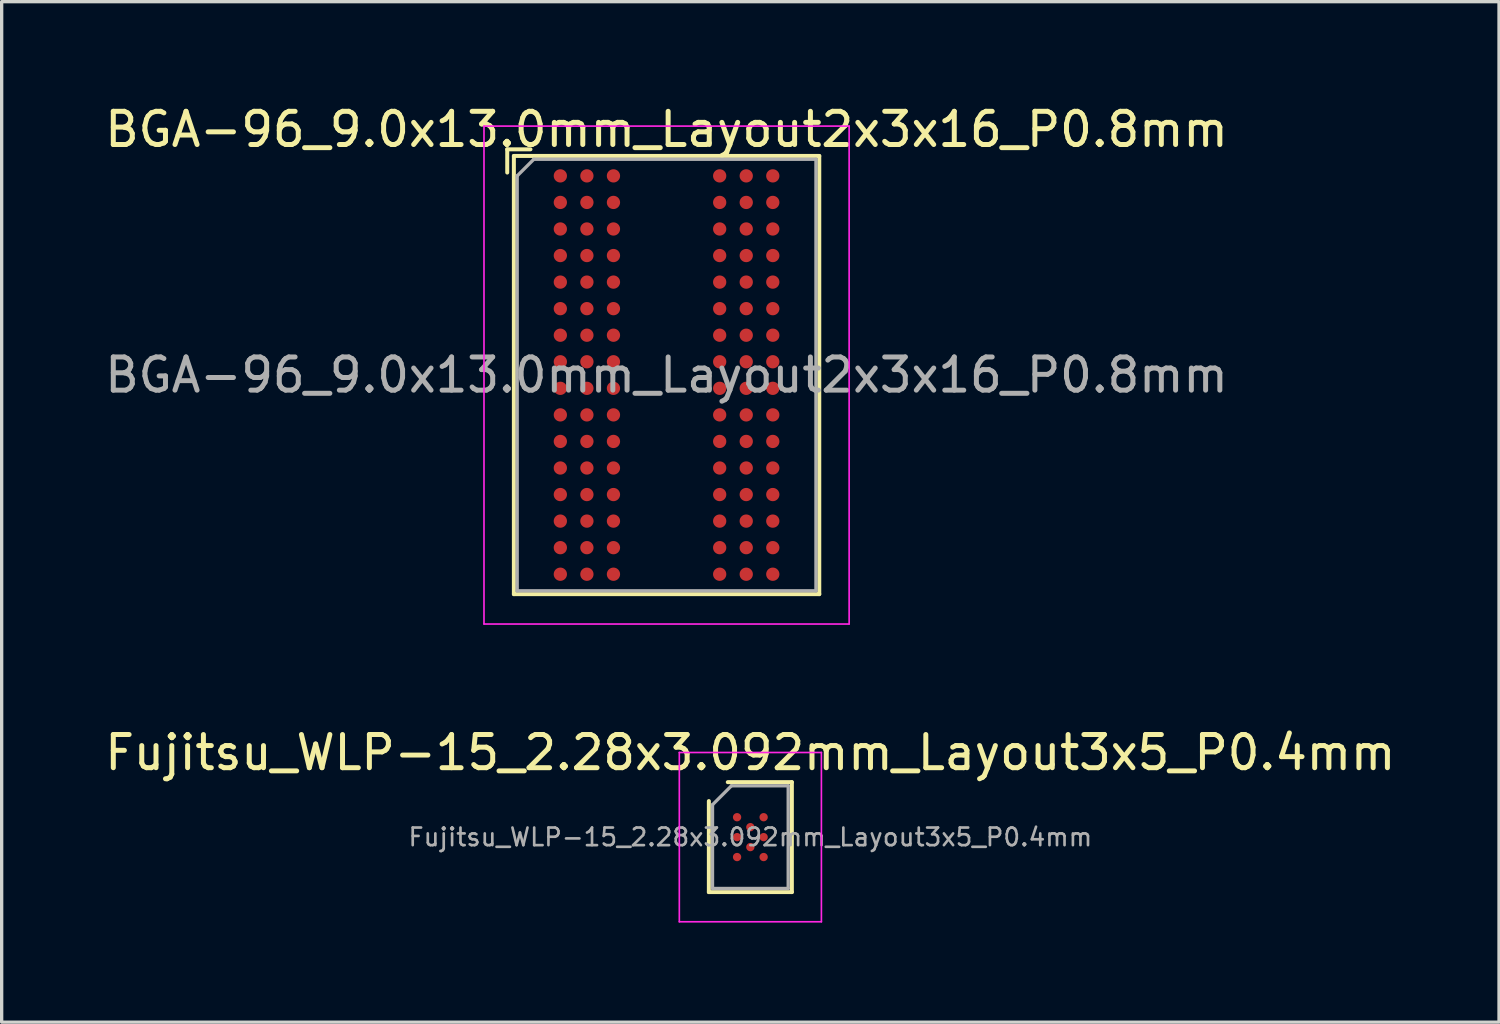
<source format=kicad_pcb>
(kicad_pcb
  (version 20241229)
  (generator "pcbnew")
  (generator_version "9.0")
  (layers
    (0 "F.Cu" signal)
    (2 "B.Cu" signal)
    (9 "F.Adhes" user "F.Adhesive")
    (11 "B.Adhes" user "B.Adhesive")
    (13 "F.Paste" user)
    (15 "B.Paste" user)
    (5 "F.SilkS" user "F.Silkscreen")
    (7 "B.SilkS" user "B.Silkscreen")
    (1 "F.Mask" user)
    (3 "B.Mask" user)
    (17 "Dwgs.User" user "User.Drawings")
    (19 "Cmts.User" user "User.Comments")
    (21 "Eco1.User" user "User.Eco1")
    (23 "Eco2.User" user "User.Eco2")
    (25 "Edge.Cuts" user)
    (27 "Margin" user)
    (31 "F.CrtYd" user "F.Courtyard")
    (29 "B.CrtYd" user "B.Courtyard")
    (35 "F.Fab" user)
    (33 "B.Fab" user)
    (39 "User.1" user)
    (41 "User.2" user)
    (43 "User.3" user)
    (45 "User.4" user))
  (footprint "Fujitsu_WLP-15_2.28x3.092mm_Layout3x5_P0.4mm"
    (layer "F.Cu")
    (at 19.554 22.168)
    (property "Reference" "Fujitsu_WLP-15_2.28x3.092mm_Layout3x5_P0.4mm" (at 0 -2.546 0) (layer "F.SilkS") (effects (font (size 1 1) (thickness 0.15))))
    (attr smd)
    (fp_line (start -1.25 1.656) (end -1.25 -1.086) (stroke (width 0.12) (type solid)) (layer "F.SilkS"))
    (fp_line (start -0.68 -1.656) (end 1.25 -1.656) (stroke (width 0.12) (type solid)) (layer "F.SilkS"))
    (fp_line (start 1.25 -1.656) (end 1.25 1.656) (stroke (width 0.12) (type solid)) (layer "F.SilkS"))
    (fp_line (start 1.25 1.656) (end -1.25 1.656) (stroke (width 0.12) (type solid)) (layer "F.SilkS"))
    (fp_line (start -2.14 -2.55) (end -2.14 2.55) (stroke (width 0.05) (type solid)) (layer "F.CrtYd"))
    (fp_line (start -2.14 2.55) (end 2.14 2.55) (stroke (width 0.05) (type solid)) (layer "F.CrtYd"))
    (fp_line (start 2.14 -2.55) (end -2.14 -2.55) (stroke (width 0.05) (type solid)) (layer "F.CrtYd"))
    (fp_line (start 2.14 2.55) (end 2.14 -2.55) (stroke (width 0.05) (type solid)) (layer "F.CrtYd"))
    (fp_line (start -1.14 -0.976) (end -0.57 -1.546) (stroke (width 0.1) (type solid)) (layer "F.Fab"))
    (fp_line (start -1.14 1.546) (end -1.14 -0.976) (stroke (width 0.1) (type solid)) (layer "F.Fab"))
    (fp_line (start -0.57 -1.546) (end 1.14 -1.546) (stroke (width 0.1) (type solid)) (layer "F.Fab"))
    (fp_line (start 1.14 -1.546) (end 1.14 1.546) (stroke (width 0.1) (type solid)) (layer "F.Fab"))
    (fp_line (start 1.14 1.546) (end -1.14 1.546) (stroke (width 0.1) (type solid)) (layer "F.Fab"))
    (fp_text user "${REFERENCE}" (at 0 0 0) (layer "F.Fab") (effects (font (size 0.53 0.53) (thickness 0.08))))
    (pad "A1" smd circle (at -0.4 -0.6) (size 0.25 0.25) (layers "F.Cu" "F.Mask" "F.Paste"))
    (pad "A3" smd circle (at 0.4 -0.6) (size 0.25 0.25) (layers "F.Cu" "F.Mask" "F.Paste"))
    (pad "B2" smd circle (at 0 -0.3) (size 0.25 0.25) (layers "F.Cu" "F.Mask" "F.Paste"))
    (pad "C1" smd circle (at -0.4 0) (size 0.25 0.25) (layers "F.Cu" "F.Mask" "F.Paste"))
    (pad "C3" smd circle (at 0.4 0) (size 0.25 0.25) (layers "F.Cu" "F.Mask" "F.Paste"))
    (pad "D2" smd circle (at 0 0.3) (size 0.25 0.25) (layers "F.Cu" "F.Mask" "F.Paste"))
    (pad "E1" smd circle (at -0.4 0.6) (size 0.25 0.25) (layers "F.Cu" "F.Mask" "F.Paste"))
    (pad "E3" smd circle (at 0.4 0.6) (size 0.25 0.25) (layers "F.Cu" "F.Mask" "F.Paste")))
  (footprint "BGA-96_9.0x13.0mm_Layout2x3x16_P0.8mm"
    (layer "F.Cu")
    (at 17.03 8.248)
    (property "Reference" "BGA-96_9.0x13.0mm_Layout2x3x16_P0.8mm" (at 0 -7.4 0) (layer "F.SilkS") (effects (font (size 1 1) (thickness 0.15))))
    (attr smd)
    (fp_line (start -4.8 -6.8) (end -4.8 -6.1) (stroke (width 0.12) (type solid)) (layer "F.SilkS"))
    (fp_line (start -4.6 -6.6) (end -4.6 6.6) (stroke (width 0.12) (type solid)) (layer "F.SilkS"))
    (fp_line (start -4.6 6.6) (end 4.6 6.6) (stroke (width 0.12) (type solid)) (layer "F.SilkS"))
    (fp_line (start -4.1 -6.8) (end -4.8 -6.8) (stroke (width 0.12) (type solid)) (layer "F.SilkS"))
    (fp_line (start 4.6 -6.6) (end -4.6 -6.6) (stroke (width 0.12) (type solid)) (layer "F.SilkS"))
    (fp_line (start 4.6 6.6) (end 4.6 -6.6) (stroke (width 0.12) (type solid)) (layer "F.SilkS"))
    (fp_line (start -5.5 -7.5) (end -5.5 7.5) (stroke (width 0.05) (type solid)) (layer "F.CrtYd"))
    (fp_line (start -5.5 -7.5) (end 5.5 -7.5) (stroke (width 0.05) (type solid)) (layer "F.CrtYd"))
    (fp_line (start 5.5 7.5) (end -5.5 7.5) (stroke (width 0.05) (type solid)) (layer "F.CrtYd"))
    (fp_line (start 5.5 7.5) (end 5.5 -7.5) (stroke (width 0.05) (type solid)) (layer "F.CrtYd"))
    (fp_line (start -4.5 -6) (end -4.5 6.5) (stroke (width 0.1) (type solid)) (layer "F.Fab"))
    (fp_line (start -4.5 6.5) (end 4.5 6.5) (stroke (width 0.1) (type solid)) (layer "F.Fab"))
    (fp_line (start -4 -6.5) (end -4.5 -6) (stroke (width 0.1) (type solid)) (layer "F.Fab"))
    (fp_line (start 4.5 -6.5) (end -4 -6.5) (stroke (width 0.1) (type solid)) (layer "F.Fab"))
    (fp_line (start 4.5 6.5) (end 4.5 -6.5) (stroke (width 0.1) (type solid)) (layer "F.Fab"))
    (fp_text user "${REFERENCE}" (at 0 0 0) (layer "F.Fab") (effects (font (size 1 1) (thickness 0.15))))
    (pad "A1" smd circle (at -3.2 -6) (size 0.4 0.4) (layers "F.Cu" "F.Mask" "F.Paste"))
    (pad "A2" smd circle (at -2.4 -6) (size 0.4 0.4) (layers "F.Cu" "F.Mask" "F.Paste"))
    (pad "A3" smd circle (at -1.6 -6) (size 0.4 0.4) (layers "F.Cu" "F.Mask" "F.Paste"))
    (pad "A7" smd circle (at 1.6 -6) (size 0.4 0.4) (layers "F.Cu" "F.Mask" "F.Paste"))
    (pad "A8" smd circle (at 2.4 -6) (size 0.4 0.4) (layers "F.Cu" "F.Mask" "F.Paste"))
    (pad "A9" smd circle (at 3.2 -6) (size 0.4 0.4) (layers "F.Cu" "F.Mask" "F.Paste"))
    (pad "B1" smd circle (at -3.2 -5.2) (size 0.4 0.4) (layers "F.Cu" "F.Mask" "F.Paste"))
    (pad "B2" smd circle (at -2.4 -5.2) (size 0.4 0.4) (layers "F.Cu" "F.Mask" "F.Paste"))
    (pad "B3" smd circle (at -1.6 -5.2) (size 0.4 0.4) (layers "F.Cu" "F.Mask" "F.Paste"))
    (pad "B7" smd circle (at 1.6 -5.2) (size 0.4 0.4) (layers "F.Cu" "F.Mask" "F.Paste"))
    (pad "B8" smd circle (at 2.4 -5.2) (size 0.4 0.4) (layers "F.Cu" "F.Mask" "F.Paste"))
    (pad "B9" smd circle (at 3.2 -5.2) (size 0.4 0.4) (layers "F.Cu" "F.Mask" "F.Paste"))
    (pad "C1" smd circle (at -3.2 -4.4) (size 0.4 0.4) (layers "F.Cu" "F.Mask" "F.Paste"))
    (pad "C2" smd circle (at -2.4 -4.4) (size 0.4 0.4) (layers "F.Cu" "F.Mask" "F.Paste"))
    (pad "C3" smd circle (at -1.6 -4.4) (size 0.4 0.4) (layers "F.Cu" "F.Mask" "F.Paste"))
    (pad "C7" smd circle (at 1.6 -4.4) (size 0.4 0.4) (layers "F.Cu" "F.Mask" "F.Paste"))
    (pad "C8" smd circle (at 2.4 -4.4) (size 0.4 0.4) (layers "F.Cu" "F.Mask" "F.Paste"))
    (pad "C9" smd circle (at 3.2 -4.4) (size 0.4 0.4) (layers "F.Cu" "F.Mask" "F.Paste"))
    (pad "D1" smd circle (at -3.2 -3.6) (size 0.4 0.4) (layers "F.Cu" "F.Mask" "F.Paste"))
    (pad "D2" smd circle (at -2.4 -3.6) (size 0.4 0.4) (layers "F.Cu" "F.Mask" "F.Paste"))
    (pad "D3" smd circle (at -1.6 -3.6) (size 0.4 0.4) (layers "F.Cu" "F.Mask" "F.Paste"))
    (pad "D7" smd circle (at 1.6 -3.6) (size 0.4 0.4) (layers "F.Cu" "F.Mask" "F.Paste"))
    (pad "D8" smd circle (at 2.4 -3.6) (size 0.4 0.4) (layers "F.Cu" "F.Mask" "F.Paste"))
    (pad "D9" smd circle (at 3.2 -3.6) (size 0.4 0.4) (layers "F.Cu" "F.Mask" "F.Paste"))
    (pad "E1" smd circle (at -3.2 -2.8) (size 0.4 0.4) (layers "F.Cu" "F.Mask" "F.Paste"))
    (pad "E2" smd circle (at -2.4 -2.8) (size 0.4 0.4) (layers "F.Cu" "F.Mask" "F.Paste"))
    (pad "E3" smd circle (at -1.6 -2.8) (size 0.4 0.4) (layers "F.Cu" "F.Mask" "F.Paste"))
    (pad "E7" smd circle (at 1.6 -2.8) (size 0.4 0.4) (layers "F.Cu" "F.Mask" "F.Paste"))
    (pad "E8" smd circle (at 2.4 -2.8) (size 0.4 0.4) (layers "F.Cu" "F.Mask" "F.Paste"))
    (pad "E9" smd circle (at 3.2 -2.8) (size 0.4 0.4) (layers "F.Cu" "F.Mask" "F.Paste"))
    (pad "F1" smd circle (at -3.2 -2) (size 0.4 0.4) (layers "F.Cu" "F.Mask" "F.Paste"))
    (pad "F2" smd circle (at -2.4 -2) (size 0.4 0.4) (layers "F.Cu" "F.Mask" "F.Paste"))
    (pad "F3" smd circle (at -1.6 -2) (size 0.4 0.4) (layers "F.Cu" "F.Mask" "F.Paste"))
    (pad "F7" smd circle (at 1.6 -2) (size 0.4 0.4) (layers "F.Cu" "F.Mask" "F.Paste"))
    (pad "F8" smd circle (at 2.4 -2) (size 0.4 0.4) (layers "F.Cu" "F.Mask" "F.Paste"))
    (pad "F9" smd circle (at 3.2 -2) (size 0.4 0.4) (layers "F.Cu" "F.Mask" "F.Paste"))
    (pad "G1" smd circle (at -3.2 -1.2) (size 0.4 0.4) (layers "F.Cu" "F.Mask" "F.Paste"))
    (pad "G2" smd circle (at -2.4 -1.2) (size 0.4 0.4) (layers "F.Cu" "F.Mask" "F.Paste"))
    (pad "G3" smd circle (at -1.6 -1.2) (size 0.4 0.4) (layers "F.Cu" "F.Mask" "F.Paste"))
    (pad "G7" smd circle (at 1.6 -1.2) (size 0.4 0.4) (layers "F.Cu" "F.Mask" "F.Paste"))
    (pad "G8" smd circle (at 2.4 -1.2) (size 0.4 0.4) (layers "F.Cu" "F.Mask" "F.Paste"))
    (pad "G9" smd circle (at 3.2 -1.2) (size 0.4 0.4) (layers "F.Cu" "F.Mask" "F.Paste"))
    (pad "H1" smd circle (at -3.2 -0.4) (size 0.4 0.4) (layers "F.Cu" "F.Mask" "F.Paste"))
    (pad "H2" smd circle (at -2.4 -0.4) (size 0.4 0.4) (layers "F.Cu" "F.Mask" "F.Paste"))
    (pad "H3" smd circle (at -1.6 -0.4) (size 0.4 0.4) (layers "F.Cu" "F.Mask" "F.Paste"))
    (pad "H7" smd circle (at 1.6 -0.4) (size 0.4 0.4) (layers "F.Cu" "F.Mask" "F.Paste"))
    (pad "H8" smd circle (at 2.4 -0.4) (size 0.4 0.4) (layers "F.Cu" "F.Mask" "F.Paste"))
    (pad "H9" smd circle (at 3.2 -0.4) (size 0.4 0.4) (layers "F.Cu" "F.Mask" "F.Paste"))
    (pad "J1" smd circle (at -3.2 0.4) (size 0.4 0.4) (layers "F.Cu" "F.Mask" "F.Paste"))
    (pad "J2" smd circle (at -2.4 0.4) (size 0.4 0.4) (layers "F.Cu" "F.Mask" "F.Paste"))
    (pad "J3" smd circle (at -1.6 0.4) (size 0.4 0.4) (layers "F.Cu" "F.Mask" "F.Paste"))
    (pad "J7" smd circle (at 1.6 0.4) (size 0.4 0.4) (layers "F.Cu" "F.Mask" "F.Paste"))
    (pad "J8" smd circle (at 2.4 0.4) (size 0.4 0.4) (layers "F.Cu" "F.Mask" "F.Paste"))
    (pad "J9" smd circle (at 3.2 0.4) (size 0.4 0.4) (layers "F.Cu" "F.Mask" "F.Paste"))
    (pad "K1" smd circle (at -3.2 1.2) (size 0.4 0.4) (layers "F.Cu" "F.Mask" "F.Paste"))
    (pad "K2" smd circle (at -2.4 1.2) (size 0.4 0.4) (layers "F.Cu" "F.Mask" "F.Paste"))
    (pad "K3" smd circle (at -1.6 1.2) (size 0.4 0.4) (layers "F.Cu" "F.Mask" "F.Paste"))
    (pad "K7" smd circle (at 1.6 1.2) (size 0.4 0.4) (layers "F.Cu" "F.Mask" "F.Paste"))
    (pad "K8" smd circle (at 2.4 1.2) (size 0.4 0.4) (layers "F.Cu" "F.Mask" "F.Paste"))
    (pad "K9" smd circle (at 3.2 1.2) (size 0.4 0.4) (layers "F.Cu" "F.Mask" "F.Paste"))
    (pad "L1" smd circle (at -3.2 2) (size 0.4 0.4) (layers "F.Cu" "F.Mask" "F.Paste"))
    (pad "L2" smd circle (at -2.4 2) (size 0.4 0.4) (layers "F.Cu" "F.Mask" "F.Paste"))
    (pad "L3" smd circle (at -1.6 2) (size 0.4 0.4) (layers "F.Cu" "F.Mask" "F.Paste"))
    (pad "L7" smd circle (at 1.6 2) (size 0.4 0.4) (layers "F.Cu" "F.Mask" "F.Paste"))
    (pad "L8" smd circle (at 2.4 2) (size 0.4 0.4) (layers "F.Cu" "F.Mask" "F.Paste"))
    (pad "L9" smd circle (at 3.2 2) (size 0.4 0.4) (layers "F.Cu" "F.Mask" "F.Paste"))
    (pad "M1" smd circle (at -3.2 2.8) (size 0.4 0.4) (layers "F.Cu" "F.Mask" "F.Paste"))
    (pad "M2" smd circle (at -2.4 2.8) (size 0.4 0.4) (layers "F.Cu" "F.Mask" "F.Paste"))
    (pad "M3" smd circle (at -1.6 2.8) (size 0.4 0.4) (layers "F.Cu" "F.Mask" "F.Paste"))
    (pad "M7" smd circle (at 1.6 2.8) (size 0.4 0.4) (layers "F.Cu" "F.Mask" "F.Paste"))
    (pad "M8" smd circle (at 2.4 2.8) (size 0.4 0.4) (layers "F.Cu" "F.Mask" "F.Paste"))
    (pad "M9" smd circle (at 3.2 2.8) (size 0.4 0.4) (layers "F.Cu" "F.Mask" "F.Paste"))
    (pad "N1" smd circle (at -3.2 3.6) (size 0.4 0.4) (layers "F.Cu" "F.Mask" "F.Paste"))
    (pad "N2" smd circle (at -2.4 3.6) (size 0.4 0.4) (layers "F.Cu" "F.Mask" "F.Paste"))
    (pad "N3" smd circle (at -1.6 3.6) (size 0.4 0.4) (layers "F.Cu" "F.Mask" "F.Paste"))
    (pad "N7" smd circle (at 1.6 3.6) (size 0.4 0.4) (layers "F.Cu" "F.Mask" "F.Paste"))
    (pad "N8" smd circle (at 2.4 3.6) (size 0.4 0.4) (layers "F.Cu" "F.Mask" "F.Paste"))
    (pad "N9" smd circle (at 3.2 3.6) (size 0.4 0.4) (layers "F.Cu" "F.Mask" "F.Paste"))
    (pad "P1" smd circle (at -3.2 4.4) (size 0.4 0.4) (layers "F.Cu" "F.Mask" "F.Paste"))
    (pad "P2" smd circle (at -2.4 4.4) (size 0.4 0.4) (layers "F.Cu" "F.Mask" "F.Paste"))
    (pad "P3" smd circle (at -1.6 4.4) (size 0.4 0.4) (layers "F.Cu" "F.Mask" "F.Paste"))
    (pad "P7" smd circle (at 1.6 4.4) (size 0.4 0.4) (layers "F.Cu" "F.Mask" "F.Paste"))
    (pad "P8" smd circle (at 2.4 4.4) (size 0.4 0.4) (layers "F.Cu" "F.Mask" "F.Paste"))
    (pad "P9" smd circle (at 3.2 4.4) (size 0.4 0.4) (layers "F.Cu" "F.Mask" "F.Paste"))
    (pad "R1" smd circle (at -3.2 5.2) (size 0.4 0.4) (layers "F.Cu" "F.Mask" "F.Paste"))
    (pad "R2" smd circle (at -2.4 5.2) (size 0.4 0.4) (layers "F.Cu" "F.Mask" "F.Paste"))
    (pad "R3" smd circle (at -1.6 5.2) (size 0.4 0.4) (layers "F.Cu" "F.Mask" "F.Paste"))
    (pad "R7" smd circle (at 1.6 5.2) (size 0.4 0.4) (layers "F.Cu" "F.Mask" "F.Paste"))
    (pad "R8" smd circle (at 2.4 5.2) (size 0.4 0.4) (layers "F.Cu" "F.Mask" "F.Paste"))
    (pad "R9" smd circle (at 3.2 5.2) (size 0.4 0.4) (layers "F.Cu" "F.Mask" "F.Paste"))
    (pad "T1" smd circle (at -3.2 6) (size 0.4 0.4) (layers "F.Cu" "F.Mask" "F.Paste"))
    (pad "T2" smd circle (at -2.4 6) (size 0.4 0.4) (layers "F.Cu" "F.Mask" "F.Paste"))
    (pad "T3" smd circle (at -1.6 6) (size 0.4 0.4) (layers "F.Cu" "F.Mask" "F.Paste"))
    (pad "T7" smd circle (at 1.6 6) (size 0.4 0.4) (layers "F.Cu" "F.Mask" "F.Paste"))
    (pad "T8" smd circle (at 2.4 6) (size 0.4 0.4) (layers "F.Cu" "F.Mask" "F.Paste"))
    (pad "T9" smd circle (at 3.2 6) (size 0.4 0.4) (layers "F.Cu" "F.Mask" "F.Paste")))
  (gr_rect
    (start -3 -3)
    (end 42.107 27.742)
    (stroke (width 0.1) (type default))
    (fill no)
    (layer "Edge.Cuts")))
</source>
